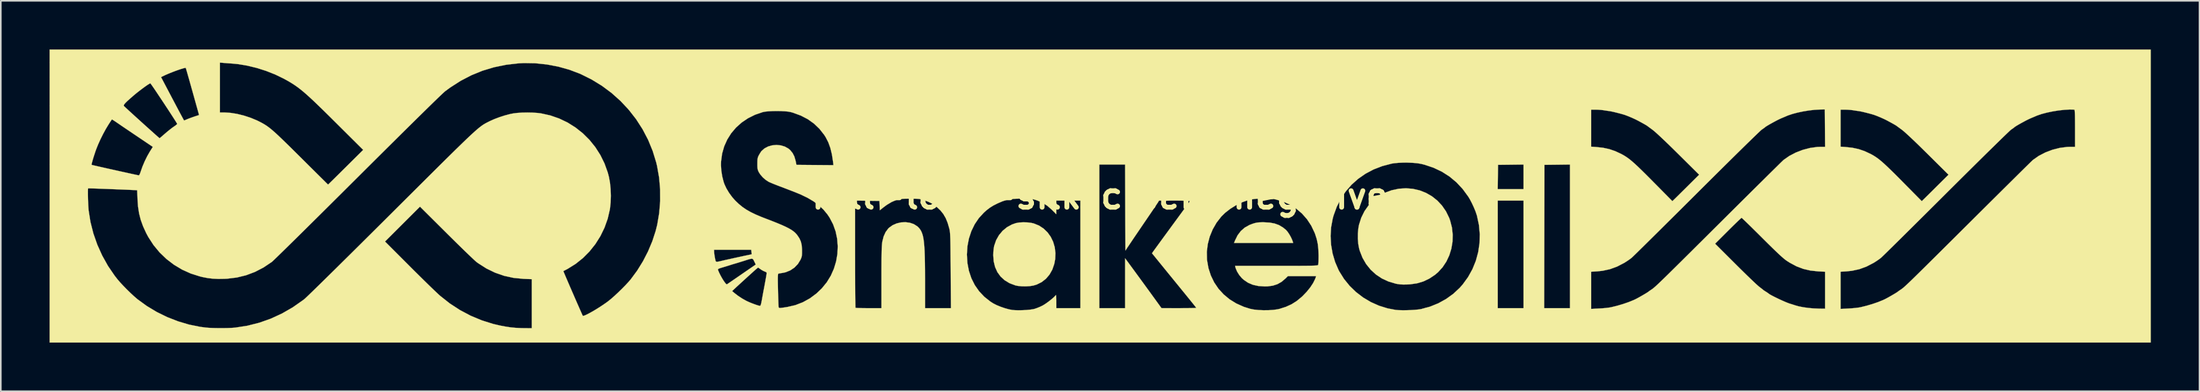
<source format=kicad_pcb>
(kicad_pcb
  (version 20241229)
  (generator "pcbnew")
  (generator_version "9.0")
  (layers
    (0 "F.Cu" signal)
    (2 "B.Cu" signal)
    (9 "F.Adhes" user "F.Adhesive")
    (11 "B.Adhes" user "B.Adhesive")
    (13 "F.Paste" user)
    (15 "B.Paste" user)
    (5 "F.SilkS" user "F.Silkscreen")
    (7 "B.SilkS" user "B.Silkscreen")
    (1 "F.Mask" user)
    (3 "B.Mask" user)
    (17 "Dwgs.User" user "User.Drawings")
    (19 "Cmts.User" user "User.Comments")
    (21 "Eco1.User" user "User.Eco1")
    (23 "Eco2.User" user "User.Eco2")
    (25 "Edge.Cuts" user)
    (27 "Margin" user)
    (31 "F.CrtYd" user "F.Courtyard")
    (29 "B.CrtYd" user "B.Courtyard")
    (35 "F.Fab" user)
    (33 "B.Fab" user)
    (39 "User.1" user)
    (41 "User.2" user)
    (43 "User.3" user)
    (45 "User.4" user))
  (footprint "full-logo-silkscreen-negative"
    (layer "F.Cu")
    (at 64.634 9.036)
    (property "Reference" "full-logo-silkscreen-negative" (at 0 0 0) (layer "F.SilkS") (effects (font (size 1.524 1.524) (thickness 0.3))))
    (attr through_hole)
    (fp_poly (pts (xy 10.445 1.637) (xy 10.753 1.694) (xy 11.024 1.793) (xy 11.269 1.94) (xy 11.455 2.092) (xy 11.552 2.204) (xy 11.657 2.36) (xy 11.756 2.536) (xy 11.835 2.71) (xy 11.871 2.813) (xy 11.893 2.893) (xy 8.256 2.893) (xy 8.315 2.743) (xy 8.472 2.423) (xy 8.67 2.16) (xy 8.912 1.948) (xy 9.203 1.785) (xy 9.4 1.709) (xy 9.54 1.666) (xy 9.665 1.639) (xy 9.798 1.624) (xy 9.963 1.618) (xy 10.088 1.618) (xy 10.445 1.637)) (stroke (width 0.01) (type solid)) (fill yes) (layer "F.SilkS"))
    (fp_poly (pts (xy -4.462 1.625) (xy -4.221 1.655) (xy -4.069 1.69) (xy -3.748 1.82) (xy -3.465 2.006) (xy -3.223 2.239) (xy -3.025 2.514) (xy -2.876 2.823) (xy -2.778 3.159) (xy -2.735 3.516) (xy -2.75 3.887) (xy -2.807 4.188) (xy -2.927 4.536) (xy -3.099 4.841) (xy -3.317 5.098) (xy -3.579 5.304) (xy -3.88 5.454) (xy -4.096 5.52) (xy -4.312 5.554) (xy -4.562 5.569) (xy -4.818 5.564) (xy -5.054 5.54) (xy -5.209 5.507) (xy -5.56 5.374) (xy -5.862 5.191) (xy -6.112 4.962) (xy -6.309 4.689) (xy -6.451 4.373) (xy -6.536 4.019) (xy -6.562 3.654) (xy -6.555 3.446) (xy -6.535 3.244) (xy -6.507 3.079) (xy -6.505 3.071) (xy -6.385 2.722) (xy -6.209 2.41) (xy -5.983 2.14) (xy -5.712 1.918) (xy -5.402 1.75) (xy -5.168 1.669) (xy -4.963 1.632) (xy -4.718 1.618) (xy -4.462 1.625)) (stroke (width 0.01) (type solid)) (fill yes) (layer "F.SilkS"))
    (fp_poly (pts (xy 19.264 -0.444) (xy 19.678 -0.348) (xy 20.069 -0.194) (xy 20.432 0.015) (xy 20.762 0.277) (xy 21.053 0.588) (xy 21.299 0.946) (xy 21.494 1.346) (xy 21.555 1.515) (xy 21.665 1.947) (xy 21.712 2.385) (xy 21.699 2.82) (xy 21.628 3.247) (xy 21.502 3.655) (xy 21.322 4.038) (xy 21.091 4.388) (xy 20.811 4.696) (xy 20.62 4.858) (xy 20.269 5.093) (xy 19.904 5.266) (xy 19.515 5.382) (xy 19.09 5.443) (xy 18.909 5.453) (xy 18.67 5.457) (xy 18.472 5.446) (xy 18.286 5.419) (xy 18.203 5.402) (xy 17.759 5.27) (xy 17.35 5.08) (xy 16.982 4.834) (xy 16.659 4.537) (xy 16.383 4.193) (xy 16.16 3.805) (xy 15.992 3.377) (xy 15.949 3.222) (xy 15.899 2.947) (xy 15.875 2.632) (xy 15.877 2.304) (xy 15.905 1.99) (xy 15.946 1.768) (xy 16.085 1.334) (xy 16.282 0.935) (xy 16.533 0.577) (xy 16.833 0.263) (xy 17.179 -0.002) (xy 17.566 -0.213) (xy 17.947 -0.354) (xy 18.393 -0.45) (xy 18.834 -0.479) (xy 19.264 -0.444)) (stroke (width 0.01) (type solid)) (fill yes) (layer "F.SilkS"))
    (fp_poly (pts (xy 64.664 9.031) (xy -64.629 9.031) (xy -64.629 -0.189) (xy -62.274 -0.189) (xy -62.272 -0.014) (xy -62.268 0.18) (xy -62.261 0.379) (xy -62.253 0.57) (xy -62.242 0.741) (xy -62.231 0.879) (xy -62.23 0.885) (xy -62.118 1.597) (xy -61.939 2.304) (xy -61.697 2.998) (xy -61.395 3.669) (xy -61.038 4.31) (xy -60.628 4.911) (xy -60.455 5.133) (xy -60.297 5.317) (xy -60.101 5.528) (xy -59.883 5.752) (xy -59.658 5.972) (xy -59.443 6.172) (xy -59.253 6.337) (xy -59.214 6.369) (xy -58.646 6.782) (xy -58.035 7.149) (xy -57.392 7.465) (xy -56.726 7.725) (xy -56.046 7.927) (xy -55.364 8.065) (xy -55.016 8.11) (xy -54.811 8.126) (xy -54.559 8.137) (xy -54.277 8.142) (xy -53.985 8.143) (xy -53.702 8.139) (xy -53.447 8.13) (xy -53.24 8.115) (xy -53.206 8.112) (xy -52.46 7.996) (xy -51.731 7.812) (xy -51.021 7.561) (xy -50.334 7.244) (xy -49.672 6.864) (xy -49.04 6.421) (xy -48.945 6.347) (xy -48.893 6.3) (xy -48.793 6.206) (xy -48.648 6.067) (xy -48.461 5.886) (xy -48.234 5.664) (xy -47.97 5.406) (xy -47.671 5.112) (xy -47.339 4.785) (xy -46.978 4.429) (xy -46.59 4.044) (xy -46.176 3.635) (xy -45.741 3.203) (xy -45.339 2.804) (xy -43.991 2.804) (xy -42.483 4.315) (xy -42.201 4.598) (xy -41.922 4.874) (xy -41.654 5.139) (xy -41.402 5.386) (xy -41.171 5.611) (xy -40.968 5.807) (xy -40.798 5.969) (xy -40.668 6.09) (xy -40.595 6.155) (xy -40.005 6.622) (xy -39.377 7.031) (xy -38.719 7.38) (xy -38.035 7.666) (xy -37.331 7.887) (xy -36.893 7.989) (xy -36.554 8.052) (xy -36.253 8.097) (xy -35.962 8.125) (xy -35.653 8.14) (xy -35.428 8.145) (xy -34.96 8.149) (xy -34.96 5.126) (xy -35.481 5.105) (xy -36.079 5.046) (xy -36.658 4.92) (xy -37.215 4.727) (xy -37.749 4.468) (xy -38.258 4.143) (xy -38.355 4.072) (xy -38.418 4.018) (xy -38.527 3.919) (xy -38.675 3.779) (xy -38.859 3.603) (xy -39.073 3.397) (xy -39.312 3.164) (xy -39.571 2.91) (xy -39.846 2.638) (xy -40.132 2.355) (xy -40.208 2.279) (xy -41.84 0.654) (xy -42.916 1.729) (xy -43.991 2.804) (xy -45.339 2.804) (xy -45.286 2.751) (xy -44.813 2.281) (xy -44.326 1.796) (xy -43.826 1.298) (xy -43.568 1.041) (xy -42.962 0.436) (xy -42.404 -0.12) (xy -41.892 -0.631) (xy -41.422 -1.099) (xy -40.994 -1.525) (xy -40.605 -1.912) (xy -40.252 -2.262) (xy -39.934 -2.576) (xy -39.648 -2.858) (xy -39.391 -3.108) (xy -39.163 -3.33) (xy -38.96 -3.525) (xy -38.78 -3.695) (xy -38.621 -3.843) (xy -38.482 -3.97) (xy -38.358 -4.079) (xy -38.249 -4.172) (xy -38.152 -4.25) (xy -38.065 -4.316) (xy -37.986 -4.373) (xy -37.912 -4.421) (xy -37.841 -4.463) (xy -37.771 -4.502) (xy -37.7 -4.539) (xy -37.625 -4.577) (xy -37.545 -4.617) (xy -37.54 -4.62) (xy -37.267 -4.742) (xy -36.953 -4.861) (xy -36.625 -4.967) (xy -36.309 -5.051) (xy -36.092 -5.095) (xy -35.844 -5.125) (xy -35.549 -5.143) (xy -35.232 -5.149) (xy -34.914 -5.143) (xy -34.619 -5.124) (xy -34.396 -5.097) (xy -33.823 -4.97) (xy -33.275 -4.78) (xy -32.755 -4.531) (xy -32.269 -4.225) (xy -31.82 -3.869) (xy -31.412 -3.464) (xy -31.051 -3.016) (xy -30.74 -2.529) (xy -30.483 -2.006) (xy -30.284 -1.451) (xy -30.211 -1.173) (xy -30.147 -0.822) (xy -30.108 -0.429) (xy -30.095 -0.019) (xy -30.106 0.384) (xy -30.145 0.756) (xy -30.156 0.829) (xy -30.288 1.4) (xy -30.484 1.95) (xy -30.738 2.473) (xy -31.047 2.964) (xy -31.408 3.417) (xy -31.814 3.826) (xy -32.263 4.185) (xy -32.751 4.489) (xy -32.834 4.533) (xy -33.018 4.628) (xy -32.972 4.739) (xy -32.904 4.9) (xy -32.82 5.097) (xy -32.723 5.323) (xy -32.617 5.57) (xy -32.505 5.828) (xy -32.39 6.092) (xy -32.278 6.351) (xy -32.17 6.599) (xy -32.07 6.826) (xy -31.982 7.026) (xy -31.91 7.189) (xy -31.857 7.307) (xy -31.826 7.374) (xy -31.82 7.384) (xy -31.774 7.386) (xy -31.679 7.353) (xy -31.542 7.289) (xy -31.375 7.201) (xy -31.183 7.093) (xy -30.978 6.97) (xy -30.767 6.837) (xy -30.559 6.699) (xy -30.362 6.562) (xy -30.256 6.483) (xy -30.078 6.339) (xy -29.869 6.155) (xy -29.643 5.944) (xy -29.556 5.86) (xy -22.631 5.86) (xy -22.507 5.965) (xy -22.271 6.148) (xy -22.002 6.325) (xy -21.766 6.457) (xy -21.635 6.519) (xy -21.478 6.586) (xy -21.312 6.65) (xy -21.154 6.707) (xy -21.022 6.749) (xy -20.933 6.77) (xy -20.919 6.772) (xy -20.89 6.754) (xy -20.863 6.695) (xy -20.835 6.584) (xy -20.802 6.412) (xy -20.769 6.225) (xy -20.734 6.032) (xy -20.703 5.863) (xy -20.691 5.803) (xy -20.654 5.608) (xy -20.615 5.397) (xy -20.577 5.188) (xy -20.544 5.003) (xy -20.52 4.861) (xy -20.514 4.827) (xy -20.506 4.74) (xy -20.53 4.695) (xy -20.601 4.663) (xy -20.616 4.658) (xy -20.72 4.612) (xy -20.839 4.543) (xy -20.883 4.512) (xy -21.029 4.407) (xy -21.124 4.482) (xy -21.171 4.522) (xy -21.262 4.603) (xy -21.386 4.715) (xy -21.536 4.851) (xy -21.703 5.002) (xy -21.878 5.162) (xy -22.052 5.321) (xy -22.216 5.472) (xy -22.362 5.606) (xy -22.48 5.717) (xy -22.543 5.776) (xy -22.631 5.86) (xy -29.556 5.86) (xy -29.415 5.722) (xy -29.198 5.501) (xy -29.008 5.296) (xy -28.868 5.133) (xy -28.474 4.598) (xy -28.431 4.529) (xy -23.504 4.529) (xy -23.496 4.567) (xy -23.49 4.583) (xy -23.427 4.731) (xy -23.348 4.89) (xy -23.261 5.048) (xy -23.172 5.194) (xy -23.088 5.316) (xy -23.018 5.404) (xy -22.967 5.444) (xy -22.953 5.444) (xy -22.915 5.419) (xy -22.826 5.359) (xy -22.694 5.269) (xy -22.527 5.154) (xy -22.332 5.02) (xy -22.117 4.872) (xy -22.045 4.822) (xy -21.176 4.224) (xy -21.268 4.034) (xy -21.307 3.954) (xy -21.341 3.899) (xy -21.383 3.87) (xy -21.444 3.865) (xy -21.536 3.883) (xy -21.671 3.923) (xy -21.862 3.984) (xy -21.867 3.986) (xy -22.048 4.042) (xy -22.243 4.103) (xy -22.416 4.155) (xy -22.437 4.161) (xy -22.576 4.202) (xy -22.7 4.24) (xy -22.783 4.267) (xy -22.789 4.269) (xy -22.862 4.292) (xy -22.981 4.329) (xy -23.127 4.373) (xy -23.201 4.395) (xy -23.35 4.44) (xy -23.443 4.473) (xy -23.491 4.5) (xy -23.504 4.529) (xy -28.431 4.529) (xy -28.117 4.019) (xy -27.803 3.409) (xy -27.765 3.316) (xy -23.742 3.316) (xy -23.742 3.415) (xy -23.735 3.507) (xy -23.718 3.64) (xy -23.694 3.786) (xy -23.668 3.918) (xy -23.649 3.995) (xy -23.63 4.034) (xy -23.593 4.052) (xy -23.523 4.05) (xy -23.407 4.028) (xy -23.308 4.005) (xy -23.216 3.983) (xy -23.103 3.957) (xy -22.961 3.925) (xy -22.783 3.886) (xy -22.559 3.836) (xy -22.282 3.775) (xy -22.013 3.717) (xy -21.86 3.683) (xy -21.703 3.651) (xy -21.61 3.632) (xy -21.51 3.611) (xy -21.444 3.595) (xy -21.43 3.589) (xy -21.43 3.552) (xy -21.437 3.472) (xy -21.44 3.448) (xy -21.457 3.316) (xy -23.742 3.316) (xy -27.765 3.316) (xy -27.541 2.782) (xy -27.336 2.151) (xy -27.239 1.762) (xy -27.119 1.048) (xy -27.059 0.318) (xy -27.061 -0.416) (xy -27.125 -1.142) (xy -27.249 -1.848) (xy -27.267 -1.923) (xy -23.318 -1.923) (xy -23.297 -1.576) (xy -23.241 -1.216) (xy -23.154 -0.874) (xy -23.109 -0.742) (xy -22.988 -0.479) (xy -22.822 -0.201) (xy -22.626 0.068) (xy -22.437 0.282) (xy -22.221 0.488) (xy -22 0.67) (xy -21.761 0.834) (xy -21.492 0.988) (xy -21.184 1.137) (xy -20.823 1.29) (xy -20.602 1.376) (xy -20.203 1.529) (xy -19.865 1.664) (xy -19.581 1.783) (xy -19.345 1.89) (xy -19.151 1.988) (xy -18.992 2.08) (xy -18.863 2.169) (xy -18.757 2.26) (xy -18.668 2.355) (xy -18.618 2.417) (xy -18.49 2.609) (xy -18.404 2.799) (xy -18.353 3.007) (xy -18.332 3.255) (xy -18.33 3.351) (xy -18.33 3.526) (xy -18.337 3.652) (xy -18.354 3.75) (xy -18.385 3.841) (xy -18.422 3.925) (xy -18.583 4.189) (xy -18.796 4.411) (xy -19.051 4.583) (xy -19.336 4.699) (xy -19.506 4.736) (xy -19.632 4.756) (xy -19.733 4.774) (xy -19.784 4.784) (xy -19.798 4.8) (xy -19.808 4.845) (xy -19.814 4.925) (xy -19.818 5.047) (xy -19.818 5.218) (xy -19.815 5.444) (xy -19.809 5.734) (xy -19.808 5.776) (xy -19.802 6.036) (xy -19.795 6.276) (xy -19.788 6.485) (xy -19.782 6.655) (xy -19.776 6.774) (xy -19.771 6.834) (xy -19.77 6.835) (xy -19.762 6.869) (xy -19.745 6.89) (xy -19.709 6.9) (xy -19.643 6.899) (xy -19.537 6.887) (xy -19.379 6.863) (xy -19.226 6.839) (xy -18.741 6.727) (xy -18.278 6.548) (xy -17.841 6.306) (xy -17.434 6.002) (xy -17.11 5.691) (xy -16.807 5.318) (xy -16.559 4.912) (xy -16.367 4.48) (xy -16.231 4.028) (xy -16.152 3.566) (xy -16.131 3.099) (xy -16.167 2.635) (xy -16.262 2.181) (xy -16.417 1.746) (xy -16.631 1.335) (xy -16.769 1.129) (xy -17.011 0.836) (xy -17.292 0.572) (xy -17.617 0.33) (xy -17.7 0.281) (xy -15.064 0.281) (xy -15.064 3.574) (xy -15.063 4.05) (xy -15.063 4.506) (xy -15.061 4.937) (xy -15.06 5.338) (xy -15.058 5.703) (xy -15.056 6.029) (xy -15.053 6.311) (xy -15.05 6.542) (xy -15.047 6.719) (xy -15.044 6.836) (xy -15.041 6.889) (xy -15.04 6.891) (xy -14.999 6.898) (xy -14.899 6.904) (xy -14.748 6.909) (xy -14.558 6.912) (xy -14.339 6.914) (xy -14.229 6.914) (xy -13.441 6.914) (xy -13.441 5.014) (xy -13.441 4.577) (xy -13.439 4.204) (xy -13.437 3.889) (xy -13.434 3.626) (xy -13.43 3.409) (xy -13.424 3.231) (xy -13.417 3.087) (xy -13.408 2.97) (xy -13.397 2.874) (xy -13.387 2.803) (xy -13.307 2.489) (xy -13.185 2.221) (xy -13.026 2.006) (xy -12.972 1.953) (xy -12.752 1.796) (xy -12.502 1.687) (xy -12.233 1.625) (xy -11.96 1.612) (xy -11.695 1.647) (xy -11.45 1.731) (xy -11.239 1.865) (xy -11.187 1.912) (xy -11.109 1.995) (xy -11.041 2.087) (xy -10.983 2.193) (xy -10.933 2.317) (xy -10.89 2.464) (xy -10.855 2.64) (xy -10.827 2.85) (xy -10.805 3.098) (xy -10.787 3.39) (xy -10.775 3.731) (xy -10.767 4.125) (xy -10.762 4.578) (xy -10.76 5.095) (xy -10.76 5.283) (xy -10.76 6.914) (xy -9.166 6.914) (xy -9.182 4.595) (xy -9.185 4.131) (xy -9.189 3.732) (xy -9.19 3.616) (xy -8.184 3.616) (xy -8.153 4.129) (xy -8.06 4.615) (xy -7.908 5.07) (xy -7.698 5.49) (xy -7.432 5.871) (xy -7.113 6.21) (xy -6.742 6.504) (xy -6.562 6.619) (xy -6.361 6.722) (xy -6.116 6.823) (xy -5.853 6.914) (xy -5.597 6.985) (xy -5.397 7.024) (xy -5.219 7.039) (xy -5 7.044) (xy -4.759 7.04) (xy -4.517 7.026) (xy -4.293 7.005) (xy -4.107 6.976) (xy -4.015 6.955) (xy -3.86 6.901) (xy -3.683 6.828) (xy -3.531 6.755) (xy -3.403 6.679) (xy -3.255 6.578) (xy -3.1 6.463) (xy -2.955 6.345) (xy -2.831 6.237) (xy -2.746 6.148) (xy -2.72 6.113) (xy -2.704 6.106) (xy -2.692 6.152) (xy -2.686 6.257) (xy -2.682 6.425) (xy -2.682 6.482) (xy -2.681 6.914) (xy -1.199 6.914) (xy -1.199 0.282) (xy -2.681 0.282) (xy -2.681 1.12) (xy -2.955 0.848) (xy -3.234 0.603) (xy -3.525 0.416) (xy -3.848 0.275) (xy -3.951 0.241) (xy -4.057 0.21) (xy -4.156 0.188) (xy -4.263 0.174) (xy -4.393 0.165) (xy -4.56 0.161) (xy -4.781 0.16) (xy -4.833 0.16) (xy -5.134 0.165) (xy -5.382 0.18) (xy -5.598 0.21) (xy -5.798 0.258) (xy -6.002 0.328) (xy -6.228 0.424) (xy -6.303 0.458) (xy -6.555 0.585) (xy -6.768 0.718) (xy -6.972 0.874) (xy -7.141 1.026) (xy -7.448 1.36) (xy -7.705 1.741) (xy -7.909 2.161) (xy -8.059 2.616) (xy -8.152 3.097) (xy -8.184 3.6) (xy -8.184 3.616) (xy -9.19 3.616) (xy -9.192 3.392) (xy -9.195 3.105) (xy -9.199 2.867) (xy -9.203 2.67) (xy -9.209 2.511) (xy -9.215 2.382) (xy -9.222 2.278) (xy -9.231 2.194) (xy -9.241 2.124) (xy -9.253 2.062) (xy -9.267 2.002) (xy -9.27 1.993) (xy -9.37 1.65) (xy -9.487 1.362) (xy -9.629 1.116) (xy -9.803 0.897) (xy -10.018 0.692) (xy -10.044 0.67) (xy -10.21 0.542) (xy -10.376 0.44) (xy -10.565 0.351) (xy -10.798 0.264) (xy -10.813 0.259) (xy -10.922 0.223) (xy -11.017 0.198) (xy -11.114 0.18) (xy -11.227 0.17) (xy -11.372 0.165) (xy -11.565 0.163) (xy -11.695 0.163) (xy -11.927 0.164) (xy -12.102 0.169) (xy -12.236 0.177) (xy -12.341 0.192) (xy -12.432 0.213) (xy -12.506 0.236) (xy -12.814 0.367) (xy -13.113 0.546) (xy -13.315 0.696) (xy -13.544 0.878) (xy -13.554 0.589) (xy -13.564 0.3) (xy -15.064 0.281) (xy -17.7 0.281) (xy -17.994 0.107) (xy -18.429 -0.102) (xy -18.79 -0.25) (xy -18.961 -0.316) (xy -19.125 -0.379) (xy -19.26 -0.431) (xy -19.332 -0.459) (xy -19.432 -0.497) (xy -19.576 -0.552) (xy -19.743 -0.615) (xy -19.862 -0.661) (xy -20.031 -0.727) (xy -20.192 -0.793) (xy -20.324 -0.85) (xy -20.388 -0.88) (xy -20.566 -0.996) (xy -20.744 -1.152) (xy -20.896 -1.327) (xy -20.985 -1.463) (xy -21.029 -1.555) (xy -21.057 -1.64) (xy -21.072 -1.739) (xy -21.078 -1.875) (xy -21.078 -1.993) (xy -21.076 -2.162) (xy -21.068 -2.282) (xy -21.05 -2.372) (xy -21.017 -2.455) (xy -20.983 -2.522) (xy -20.917 -2.635) (xy -20.854 -2.733) (xy -20.824 -2.773) (xy -20.639 -2.937) (xy -20.415 -3.055) (xy -20.164 -3.126) (xy -19.901 -3.149) (xy -19.638 -3.124) (xy -19.39 -3.05) (xy -19.169 -2.927) (xy -19.059 -2.833) (xy -18.912 -2.654) (xy -18.804 -2.444) (xy -18.728 -2.186) (xy -18.718 -2.141) (xy -18.673 -1.923) (xy -17.535 -1.913) (xy -16.396 -1.904) (xy -16.4 -1.94) (xy -0.035 -1.94) (xy -0.035 6.914) (xy 1.552 6.914) (xy 1.552 3.838) (xy 1.718 4.062) (xy 1.824 4.207) (xy 1.965 4.399) (xy 2.132 4.627) (xy 2.318 4.882) (xy 2.516 5.153) (xy 2.718 5.43) (xy 2.916 5.703) (xy 3.104 5.961) (xy 3.273 6.195) (xy 3.366 6.323) (xy 3.792 6.913) (xy 4.86 6.914) (xy 5.126 6.913) (xy 5.368 6.912) (xy 5.577 6.909) (xy 5.745 6.906) (xy 5.862 6.902) (xy 5.921 6.897) (xy 5.927 6.895) (xy 5.922 6.885) (xy 5.908 6.863) (xy 5.879 6.824) (xy 5.832 6.765) (xy 5.765 6.68) (xy 5.674 6.567) (xy 5.556 6.42) (xy 5.407 6.236) (xy 5.224 6.01) (xy 5.003 5.739) (xy 4.742 5.418) (xy 4.693 5.358) (xy 4.514 5.138) (xy 4.307 4.884) (xy 4.091 4.618) (xy 3.882 4.361) (xy 3.711 4.15) (xy 3.206 3.528) (xy 3.273 3.432) (xy 6.581 3.432) (xy 6.59 3.904) (xy 6.594 3.951) (xy 6.68 4.442) (xy 6.829 4.902) (xy 7.036 5.328) (xy 7.299 5.717) (xy 7.616 6.064) (xy 7.982 6.368) (xy 8.396 6.624) (xy 8.855 6.829) (xy 9.243 6.952) (xy 9.48 6.999) (xy 9.763 7.029) (xy 10.071 7.042) (xy 10.384 7.039) (xy 10.681 7.019) (xy 10.941 6.982) (xy 11.06 6.955) (xy 11.452 6.829) (xy 11.795 6.672) (xy 12.109 6.474) (xy 12.411 6.225) (xy 12.482 6.159) (xy 12.732 5.897) (xy 12.949 5.628) (xy 13.122 5.364) (xy 13.245 5.115) (xy 13.28 5.018) (xy 13.304 4.939) (xy 11.568 4.939) (xy 11.42 5.086) (xy 11.181 5.289) (xy 10.925 5.434) (xy 10.642 5.526) (xy 10.319 5.569) (xy 10.147 5.573) (xy 9.76 5.548) (xy 9.419 5.474) (xy 9.119 5.347) (xy 8.854 5.167) (xy 8.729 5.053) (xy 8.575 4.869) (xy 8.446 4.662) (xy 8.358 4.457) (xy 8.342 4.401) (xy 8.318 4.304) (xy 10.863 4.304) (xy 11.349 4.304) (xy 11.769 4.303) (xy 12.128 4.303) (xy 12.431 4.302) (xy 12.682 4.3) (xy 12.888 4.298) (xy 13.051 4.294) (xy 13.178 4.29) (xy 13.273 4.285) (xy 13.34 4.279) (xy 13.385 4.271) (xy 13.413 4.262) (xy 13.427 4.252) (xy 13.433 4.242) (xy 13.442 4.186) (xy 13.449 4.074) (xy 13.454 3.92) (xy 13.457 3.737) (xy 13.457 3.651) (xy 13.444 3.28) (xy 13.408 2.953) (xy 13.343 2.65) (xy 13.284 2.466) (xy 14.197 2.466) (xy 14.228 3.01) (xy 14.321 3.547) (xy 14.475 4.067) (xy 14.687 4.559) (xy 14.733 4.646) (xy 15.024 5.113) (xy 15.371 5.54) (xy 15.766 5.923) (xy 16.203 6.257) (xy 16.678 6.539) (xy 17.183 6.764) (xy 17.714 6.928) (xy 18.203 7.021) (xy 18.383 7.036) (xy 18.61 7.042) (xy 18.866 7.041) (xy 19.13 7.032) (xy 19.383 7.016) (xy 19.605 6.994) (xy 19.773 6.968) (xy 20.314 6.82) (xy 20.827 6.612) (xy 21.306 6.347) (xy 21.746 6.03) (xy 22.139 5.663) (xy 22.323 5.455) (xy 22.655 4.998) (xy 22.926 4.509) (xy 23.135 3.994) (xy 23.28 3.459) (xy 23.361 2.909) (xy 23.377 2.35) (xy 23.326 1.787) (xy 23.207 1.226) (xy 23.19 1.169) (xy 23.116 0.949) (xy 23.012 0.697) (xy 22.891 0.437) (xy 22.81 0.282) (xy 24.483 0.282) (xy 24.483 6.914) (xy 26.07 6.914) (xy 27.34 6.914) (xy 28.928 6.914) (xy 28.928 4.667) (xy 30.233 4.667) (xy 30.233 6.96) (xy 30.718 6.935) (xy 30.923 6.922) (xy 31.128 6.903) (xy 31.309 6.881) (xy 31.444 6.859) (xy 31.45 6.858) (xy 31.819 6.768) (xy 32.19 6.659) (xy 32.541 6.538) (xy 32.852 6.411) (xy 32.949 6.366) (xy 33.048 6.315) (xy 33.177 6.245) (xy 33.32 6.164) (xy 33.464 6.08) (xy 33.594 6.003) (xy 33.695 5.94) (xy 33.754 5.9) (xy 33.761 5.893) (xy 33.799 5.864) (xy 33.875 5.811) (xy 33.924 5.779) (xy 33.96 5.755) (xy 33.998 5.728) (xy 34.039 5.697) (xy 34.087 5.658) (xy 34.143 5.61) (xy 34.211 5.55) (xy 34.292 5.475) (xy 34.389 5.384) (xy 34.505 5.273) (xy 34.642 5.141) (xy 34.802 4.985) (xy 34.988 4.803) (xy 35.201 4.592) (xy 35.446 4.35) (xy 35.724 4.075) (xy 36.037 3.764) (xy 36.388 3.416) (xy 36.779 3.026) (xy 36.867 2.939) (xy 37.859 2.939) (xy 39.1 4.178) (xy 39.352 4.429) (xy 39.597 4.67) (xy 39.828 4.896) (xy 40.039 5.1) (xy 40.224 5.277) (xy 40.378 5.422) (xy 40.495 5.527) (xy 40.567 5.589) (xy 40.569 5.591) (xy 40.678 5.674) (xy 40.764 5.741) (xy 40.812 5.781) (xy 40.816 5.786) (xy 40.855 5.815) (xy 40.932 5.866) (xy 40.975 5.892) (xy 41.07 5.953) (xy 41.143 6.005) (xy 41.16 6.02) (xy 41.221 6.062) (xy 41.333 6.125) (xy 41.483 6.203) (xy 41.659 6.29) (xy 41.846 6.379) (xy 42.033 6.464) (xy 42.205 6.539) (xy 42.35 6.597) (xy 42.439 6.629) (xy 42.579 6.672) (xy 42.702 6.711) (xy 42.785 6.738) (xy 42.792 6.741) (xy 43.006 6.801) (xy 43.274 6.854) (xy 43.578 6.897) (xy 43.902 6.928) (xy 44.229 6.944) (xy 44.282 6.945) (xy 44.626 6.95) (xy 44.626 4.668) (xy 44.617 4.667) (xy 45.579 4.667) (xy 45.579 6.96) (xy 46.064 6.935) (xy 46.269 6.922) (xy 46.473 6.903) (xy 46.655 6.881) (xy 46.79 6.859) (xy 46.796 6.858) (xy 47.164 6.768) (xy 47.535 6.659) (xy 47.887 6.538) (xy 48.198 6.411) (xy 48.295 6.366) (xy 48.394 6.315) (xy 48.523 6.245) (xy 48.666 6.164) (xy 48.81 6.08) (xy 48.94 6.003) (xy 49.041 5.94) (xy 49.1 5.9) (xy 49.107 5.893) (xy 49.144 5.864) (xy 49.221 5.811) (xy 49.27 5.779) (xy 49.306 5.755) (xy 49.344 5.728) (xy 49.385 5.697) (xy 49.433 5.658) (xy 49.489 5.61) (xy 49.557 5.55) (xy 49.638 5.475) (xy 49.735 5.384) (xy 49.851 5.273) (xy 49.988 5.141) (xy 50.148 4.985) (xy 50.333 4.803) (xy 50.547 4.592) (xy 50.792 4.35) (xy 51.069 4.075) (xy 51.383 3.764) (xy 51.733 3.416) (xy 52.125 3.026) (xy 52.559 2.595) (xy 53.038 2.117) (xy 53.552 1.606) (xy 53.983 1.176) (xy 54.401 0.76) (xy 54.804 0.359) (xy 55.189 -0.023) (xy 55.553 -0.385) (xy 55.893 -0.722) (xy 56.206 -1.032) (xy 56.489 -1.313) (xy 56.74 -1.562) (xy 56.956 -1.775) (xy 57.134 -1.95) (xy 57.271 -2.085) (xy 57.364 -2.175) (xy 57.411 -2.22) (xy 57.415 -2.223) (xy 57.774 -2.475) (xy 58.18 -2.686) (xy 58.617 -2.853) (xy 59.069 -2.968) (xy 59.521 -3.027) (xy 59.726 -3.034) (xy 60.008 -3.034) (xy 60.008 -4.18) (xy 60.007 -4.51) (xy 60.005 -4.774) (xy 60.002 -4.98) (xy 59.996 -5.132) (xy 59.989 -5.237) (xy 59.98 -5.3) (xy 59.968 -5.328) (xy 59.963 -5.33) (xy 59.679 -5.335) (xy 59.35 -5.315) (xy 58.997 -5.276) (xy 58.636 -5.218) (xy 58.287 -5.146) (xy 57.966 -5.062) (xy 57.692 -4.969) (xy 57.626 -4.942) (xy 57.562 -4.914) (xy 57.453 -4.868) (xy 57.319 -4.812) (xy 57.278 -4.795) (xy 57.165 -4.743) (xy 57.021 -4.672) (xy 56.861 -4.587) (xy 56.696 -4.497) (xy 56.541 -4.41) (xy 56.409 -4.332) (xy 56.314 -4.271) (xy 56.268 -4.234) (xy 56.268 -4.234) (xy 56.231 -4.204) (xy 56.154 -4.148) (xy 56.074 -4.094) (xy 56.029 -4.056) (xy 55.937 -3.97) (xy 55.802 -3.841) (xy 55.624 -3.67) (xy 55.409 -3.46) (xy 55.158 -3.215) (xy 54.874 -2.936) (xy 54.56 -2.628) (xy 54.22 -2.292) (xy 53.855 -1.931) (xy 53.469 -1.548) (xy 53.065 -1.147) (xy 52.645 -0.729) (xy 52.212 -0.298) (xy 52.07 -0.156) (xy 51.634 0.279) (xy 51.209 0.702) (xy 50.8 1.11) (xy 50.407 1.5) (xy 50.035 1.87) (xy 49.686 2.216) (xy 49.364 2.536) (xy 49.07 2.827) (xy 48.808 3.086) (xy 48.58 3.31) (xy 48.391 3.497) (xy 48.241 3.643) (xy 48.135 3.745) (xy 48.075 3.802) (xy 48.066 3.81) (xy 47.951 3.898) (xy 47.801 4.001) (xy 47.646 4.101) (xy 47.607 4.124) (xy 47.173 4.35) (xy 46.735 4.51) (xy 46.279 4.609) (xy 45.957 4.643) (xy 45.579 4.667) (xy 44.617 4.667) (xy 44.194 4.644) (xy 43.723 4.594) (xy 43.286 4.492) (xy 42.869 4.334) (xy 42.458 4.114) (xy 42.268 3.993) (xy 42.178 3.928) (xy 42.07 3.84) (xy 41.939 3.726) (xy 41.782 3.582) (xy 41.593 3.403) (xy 41.37 3.187) (xy 41.106 2.927) (xy 40.799 2.622) (xy 40.744 2.567) (xy 40.501 2.324) (xy 40.272 2.098) (xy 40.064 1.892) (xy 39.88 1.712) (xy 39.726 1.562) (xy 39.606 1.447) (xy 39.525 1.372) (xy 39.489 1.341) (xy 39.488 1.341) (xy 39.457 1.365) (xy 39.382 1.433) (xy 39.27 1.539) (xy 39.127 1.678) (xy 38.958 1.843) (xy 38.771 2.028) (xy 38.659 2.14) (xy 37.859 2.939) (xy 36.867 2.939) (xy 37.213 2.595) (xy 37.692 2.117) (xy 38.206 1.606) (xy 38.637 1.176) (xy 39.055 0.76) (xy 39.458 0.359) (xy 39.843 -0.023) (xy 40.207 -0.385) (xy 40.547 -0.722) (xy 40.86 -1.032) (xy 41.143 -1.313) (xy 41.395 -1.562) (xy 41.611 -1.775) (xy 41.788 -1.95) (xy 41.925 -2.085) (xy 42.019 -2.175) (xy 42.065 -2.22) (xy 42.069 -2.223) (xy 42.423 -2.471) (xy 42.824 -2.681) (xy 43.255 -2.847) (xy 43.7 -2.964) (xy 44.143 -3.026) (xy 44.363 -3.034) (xy 44.627 -3.034) (xy 44.627 -3.043) (xy 45.579 -3.043) (xy 45.888 -3.022) (xy 46.308 -2.976) (xy 46.689 -2.894) (xy 47.054 -2.77) (xy 47.426 -2.596) (xy 47.443 -2.587) (xy 47.573 -2.516) (xy 47.698 -2.439) (xy 47.825 -2.353) (xy 47.959 -2.252) (xy 48.105 -2.131) (xy 48.269 -1.986) (xy 48.456 -1.812) (xy 48.671 -1.604) (xy 48.921 -1.358) (xy 49.21 -1.068) (xy 49.424 -0.851) (xy 49.657 -0.615) (xy 49.875 -0.395) (xy 50.072 -0.195) (xy 50.243 -0.022) (xy 50.384 0.121) (xy 50.49 0.228) (xy 50.555 0.294) (xy 50.576 0.314) (xy 50.601 0.291) (xy 50.67 0.224) (xy 50.778 0.119) (xy 50.917 -0.019) (xy 51.084 -0.184) (xy 51.271 -0.369) (xy 51.401 -0.499) (xy 52.223 -1.315) (xy 50.938 -2.59) (xy 50.622 -2.902) (xy 50.331 -3.187) (xy 50.067 -3.44) (xy 49.836 -3.659) (xy 49.64 -3.84) (xy 49.485 -3.978) (xy 49.373 -4.07) (xy 49.354 -4.085) (xy 49.226 -4.179) (xy 49.118 -4.258) (xy 49.044 -4.313) (xy 49.018 -4.332) (xy 48.966 -4.366) (xy 48.868 -4.423) (xy 48.74 -4.495) (xy 48.598 -4.572) (xy 48.461 -4.646) (xy 48.343 -4.707) (xy 48.278 -4.739) (xy 48.056 -4.839) (xy 47.848 -4.926) (xy 47.672 -4.993) (xy 47.607 -5.014) (xy 47.456 -5.059) (xy 47.279 -5.106) (xy 47.094 -5.153) (xy 46.921 -5.194) (xy 46.779 -5.224) (xy 46.69 -5.239) (xy 46.574 -5.254) (xy 46.429 -5.276) (xy 46.337 -5.291) (xy 46.19 -5.309) (xy 46.012 -5.322) (xy 45.852 -5.327) (xy 45.579 -5.327) (xy 45.579 -3.043) (xy 44.627 -3.043) (xy 44.618 -4.187) (xy 44.609 -5.34) (xy 44.298 -5.333) (xy 43.977 -5.315) (xy 43.631 -5.275) (xy 43.278 -5.217) (xy 42.935 -5.145) (xy 42.621 -5.062) (xy 42.353 -4.972) (xy 42.28 -4.942) (xy 42.216 -4.914) (xy 42.107 -4.868) (xy 41.973 -4.812) (xy 41.932 -4.795) (xy 41.819 -4.743) (xy 41.675 -4.672) (xy 41.515 -4.587) (xy 41.35 -4.497) (xy 41.195 -4.41) (xy 41.064 -4.332) (xy 40.968 -4.271) (xy 40.922 -4.234) (xy 40.922 -4.234) (xy 40.885 -4.204) (xy 40.808 -4.148) (xy 40.728 -4.094) (xy 40.683 -4.056) (xy 40.592 -3.97) (xy 40.456 -3.841) (xy 40.279 -3.67) (xy 40.063 -3.46) (xy 39.812 -3.215) (xy 39.528 -2.936) (xy 39.214 -2.628) (xy 38.874 -2.292) (xy 38.509 -1.931) (xy 38.123 -1.548) (xy 37.719 -1.147) (xy 37.299 -0.729) (xy 36.866 -0.298) (xy 36.724 -0.156) (xy 36.288 0.279) (xy 35.864 0.702) (xy 35.454 1.11) (xy 35.061 1.5) (xy 34.689 1.87) (xy 34.341 2.216) (xy 34.018 2.536) (xy 33.724 2.827) (xy 33.462 3.086) (xy 33.235 3.31) (xy 33.045 3.497) (xy 32.895 3.643) (xy 32.789 3.745) (xy 32.729 3.802) (xy 32.72 3.81) (xy 32.605 3.898) (xy 32.456 4.001) (xy 32.3 4.101) (xy 32.262 4.124) (xy 31.827 4.35) (xy 31.389 4.51) (xy 30.933 4.609) (xy 30.612 4.643) (xy 30.233 4.667) (xy 28.928 4.667) (xy 28.928 -1.942) (xy 28.143 -1.932) (xy 27.358 -1.923) (xy 27.349 2.496) (xy 27.34 6.914) (xy 26.07 6.914) (xy 26.07 0.282) (xy 24.483 0.282) (xy 22.81 0.282) (xy 22.765 0.196) (xy 22.668 0.035) (xy 22.333 -0.423) (xy 24.481 -0.423) (xy 26.07 -0.423) (xy 26.07 -1.942) (xy 25.285 -1.932) (xy 24.5 -1.923) (xy 24.491 -1.173) (xy 24.481 -0.423) (xy 22.333 -0.423) (xy 22.325 -0.434) (xy 21.94 -0.847) (xy 21.512 -1.204) (xy 21.043 -1.503) (xy 20.532 -1.745) (xy 19.981 -1.93) (xy 19.777 -1.981) (xy 19.552 -2.02) (xy 19.278 -2.046) (xy 18.975 -2.059) (xy 18.664 -2.06) (xy 18.366 -2.047) (xy 18.101 -2.022) (xy 17.956 -1.998) (xy 17.381 -1.847) (xy 16.844 -1.64) (xy 16.348 -1.377) (xy 15.896 -1.063) (xy 15.489 -0.7) (xy 15.132 -0.289) (xy 14.827 0.166) (xy 14.576 0.663) (xy 14.381 1.2) (xy 14.326 1.402) (xy 14.229 1.927) (xy 14.197 2.466) (xy 13.284 2.466) (xy 13.246 2.348) (xy 13.214 2.264) (xy 13.006 1.826) (xy 12.745 1.429) (xy 12.435 1.078) (xy 12.082 0.776) (xy 11.69 0.528) (xy 11.265 0.337) (xy 10.812 0.208) (xy 10.617 0.174) (xy 10.38 0.152) (xy 10.106 0.145) (xy 9.819 0.154) (xy 9.54 0.177) (xy 9.291 0.213) (xy 9.137 0.248) (xy 8.759 0.382) (xy 8.382 0.565) (xy 8.025 0.787) (xy 7.704 1.037) (xy 7.473 1.264) (xy 7.18 1.641) (xy 6.942 2.056) (xy 6.76 2.499) (xy 6.639 2.961) (xy 6.581 3.432) (xy 3.273 3.432) (xy 3.286 3.413) (xy 3.333 3.347) (xy 3.421 3.226) (xy 3.547 3.053) (xy 3.71 2.829) (xy 3.909 2.555) (xy 4.143 2.236) (xy 4.409 1.871) (xy 4.707 1.464) (xy 5.011 1.049) (xy 5.153 0.854) (xy 5.28 0.678) (xy 5.388 0.527) (xy 5.47 0.411) (xy 5.52 0.338) (xy 5.533 0.317) (xy 5.502 0.306) (xy 5.404 0.297) (xy 5.242 0.29) (xy 5.018 0.285) (xy 4.737 0.282) (xy 4.593 0.282) (xy 3.641 0.282) (xy 3.571 0.397) (xy 3.534 0.454) (xy 3.462 0.561) (xy 3.362 0.711) (xy 3.239 0.894) (xy 3.098 1.102) (xy 2.944 1.328) (xy 2.876 1.429) (xy 2.701 1.685) (xy 2.521 1.951) (xy 2.344 2.212) (xy 2.178 2.456) (xy 2.034 2.669) (xy 1.92 2.839) (xy 1.91 2.854) (xy 1.57 3.361) (xy 1.561 0.71) (xy 1.552 -1.94) (xy -0.035 -1.94) (xy -16.4 -1.94) (xy -16.42 -2.107) (xy -16.489 -2.56) (xy -16.585 -2.957) (xy -16.616 -3.043) (xy 30.233 -3.043) (xy 30.542 -3.022) (xy 30.963 -2.976) (xy 31.343 -2.894) (xy 31.708 -2.77) (xy 32.081 -2.596) (xy 32.097 -2.587) (xy 32.227 -2.516) (xy 32.352 -2.439) (xy 32.479 -2.353) (xy 32.613 -2.252) (xy 32.759 -2.131) (xy 32.923 -1.986) (xy 33.11 -1.812) (xy 33.325 -1.604) (xy 33.575 -1.358) (xy 33.864 -1.068) (xy 34.078 -0.851) (xy 34.312 -0.615) (xy 34.529 -0.395) (xy 34.726 -0.195) (xy 34.897 -0.022) (xy 35.038 0.121) (xy 35.144 0.228) (xy 35.209 0.294) (xy 35.23 0.314) (xy 35.255 0.291) (xy 35.324 0.224) (xy 35.432 0.119) (xy 35.572 -0.019) (xy 35.738 -0.184) (xy 35.925 -0.369) (xy 36.056 -0.499) (xy 36.877 -1.315) (xy 35.592 -2.59) (xy 35.276 -2.902) (xy 34.985 -3.187) (xy 34.721 -3.44) (xy 34.49 -3.659) (xy 34.294 -3.84) (xy 34.139 -3.978) (xy 34.028 -4.07) (xy 34.008 -4.085) (xy 33.88 -4.179) (xy 33.772 -4.258) (xy 33.698 -4.313) (xy 33.673 -4.332) (xy 33.62 -4.366) (xy 33.522 -4.423) (xy 33.394 -4.495) (xy 33.253 -4.572) (xy 33.115 -4.646) (xy 32.997 -4.707) (xy 32.932 -4.739) (xy 32.711 -4.839) (xy 32.502 -4.926) (xy 32.326 -4.993) (xy 32.262 -5.014) (xy 32.11 -5.059) (xy 31.933 -5.106) (xy 31.748 -5.153) (xy 31.575 -5.194) (xy 31.433 -5.224) (xy 31.344 -5.239) (xy 31.228 -5.254) (xy 31.083 -5.276) (xy 30.992 -5.291) (xy 30.844 -5.309) (xy 30.666 -5.322) (xy 30.506 -5.327) (xy 30.233 -5.327) (xy 30.233 -3.043) (xy -16.616 -3.043) (xy -16.711 -3.308) (xy -16.872 -3.623) (xy -16.963 -3.767) (xy -17.256 -4.141) (xy -17.591 -4.463) (xy -17.97 -4.735) (xy -18.399 -4.958) (xy -18.878 -5.135) (xy -19.015 -5.174) (xy -19.17 -5.204) (xy -19.378 -5.225) (xy -19.62 -5.237) (xy -19.88 -5.242) (xy -20.14 -5.237) (xy -20.383 -5.225) (xy -20.591 -5.204) (xy -20.743 -5.175) (xy -21.218 -5.013) (xy -21.653 -4.796) (xy -22.045 -4.531) (xy -22.392 -4.22) (xy -22.689 -3.869) (xy -22.932 -3.481) (xy -23.12 -3.061) (xy -23.247 -2.614) (xy -23.31 -2.143) (xy -23.318 -1.923) (xy -27.267 -1.923) (xy -27.301 -2.068) (xy -27.52 -2.781) (xy -27.801 -3.467) (xy -28.143 -4.121) (xy -28.541 -4.74) (xy -28.994 -5.321) (xy -29.498 -5.86) (xy -30.049 -6.354) (xy -30.646 -6.798) (xy -31.284 -7.189) (xy -31.96 -7.525) (xy -31.997 -7.541) (xy -32.646 -7.787) (xy -33.328 -7.978) (xy -34.03 -8.111) (xy -34.737 -8.186) (xy -35.438 -8.198) (xy -35.764 -8.182) (xy -36.537 -8.093) (xy -37.279 -7.941) (xy -37.992 -7.726) (xy -38.678 -7.446) (xy -39.342 -7.1) (xy -39.984 -6.687) (xy -40.287 -6.464) (xy -40.349 -6.41) (xy -40.458 -6.309) (xy -40.615 -6.16) (xy -40.817 -5.965) (xy -41.063 -5.726) (xy -41.352 -5.443) (xy -41.682 -5.119) (xy -42.052 -4.755) (xy -42.46 -4.352) (xy -42.905 -3.912) (xy -43.385 -3.435) (xy -43.9 -2.924) (xy -44.447 -2.38) (xy -45.026 -1.804) (xy -45.634 -1.197) (xy -45.667 -1.164) (xy -46.17 -0.663) (xy -46.661 -0.173) (xy -47.139 0.302) (xy -47.599 0.76) (xy -48.041 1.199) (xy -48.462 1.616) (xy -48.858 2.009) (xy -49.228 2.375) (xy -49.569 2.712) (xy -49.879 3.017) (xy -50.155 3.288) (xy -50.395 3.523) (xy -50.596 3.719) (xy -50.756 3.874) (xy -50.872 3.985) (xy -50.942 4.05) (xy -50.959 4.064) (xy -51.467 4.405) (xy -51.991 4.677) (xy -52.536 4.883) (xy -53.102 5.022) (xy -53.693 5.095) (xy -53.869 5.104) (xy -54.249 5.11) (xy -54.585 5.095) (xy -54.903 5.057) (xy -55.228 4.994) (xy -55.386 4.955) (xy -55.946 4.777) (xy -56.479 4.536) (xy -56.98 4.235) (xy -57.443 3.881) (xy -57.864 3.475) (xy -58.237 3.023) (xy -58.557 2.529) (xy -58.684 2.293) (xy -58.879 1.869) (xy -59.024 1.468) (xy -59.126 1.067) (xy -59.19 0.645) (xy -59.221 0.203) (xy -59.228 0.013) (xy -59.235 -0.149) (xy -59.24 -0.272) (xy -59.244 -0.344) (xy -59.245 -0.357) (xy -59.281 -0.361) (xy -59.378 -0.366) (xy -59.528 -0.373) (xy -59.722 -0.382) (xy -59.951 -0.392) (xy -60.207 -0.402) (xy -60.479 -0.413) (xy -60.761 -0.424) (xy -61.042 -0.435) (xy -61.314 -0.445) (xy -61.568 -0.454) (xy -61.796 -0.462) (xy -61.988 -0.468) (xy -62.135 -0.472) (xy -62.229 -0.474) (xy -62.261 -0.473) (xy -62.269 -0.432) (xy -62.273 -0.333) (xy -62.274 -0.189) (xy -64.629 -0.189) (xy -64.629 -1.926) (xy -62.049 -1.926) (xy -62.048 -1.923) (xy -62.012 -1.913) (xy -61.916 -1.89) (xy -61.769 -1.856) (xy -61.579 -1.812) (xy -61.355 -1.762) (xy -61.106 -1.705) (xy -60.84 -1.646) (xy -60.566 -1.585) (xy -60.293 -1.524) (xy -60.029 -1.466) (xy -59.784 -1.412) (xy -59.566 -1.364) (xy -59.383 -1.324) (xy -59.245 -1.295) (xy -59.16 -1.278) (xy -59.138 -1.274) (xy -59.109 -1.303) (xy -59.069 -1.384) (xy -59.027 -1.501) (xy -59.02 -1.524) (xy -58.916 -1.821) (xy -58.78 -2.141) (xy -58.626 -2.455) (xy -58.468 -2.733) (xy -58.462 -2.742) (xy -58.28 -3.031) (xy -59.258 -3.691) (xy -59.507 -3.859) (xy -59.749 -4.023) (xy -59.977 -4.177) (xy -60.179 -4.314) (xy -60.346 -4.429) (xy -60.47 -4.513) (xy -60.512 -4.543) (xy -60.632 -4.624) (xy -60.728 -4.686) (xy -60.787 -4.719) (xy -60.799 -4.722) (xy -60.822 -4.689) (xy -60.875 -4.61) (xy -60.948 -4.498) (xy -61.008 -4.405) (xy -61.169 -4.139) (xy -61.337 -3.83) (xy -61.5 -3.503) (xy -61.645 -3.182) (xy -61.75 -2.921) (xy -61.811 -2.752) (xy -61.871 -2.57) (xy -61.929 -2.389) (xy -61.979 -2.222) (xy -62.018 -2.08) (xy -62.043 -1.977) (xy -62.049 -1.926) (xy -64.629 -1.926) (xy -64.629 -5.577) (xy -60.068 -5.577) (xy -60.06 -5.553) (xy -60.029 -5.522) (xy -59.953 -5.45) (xy -59.839 -5.344) (xy -59.692 -5.209) (xy -59.52 -5.052) (xy -59.329 -4.878) (xy -59.127 -4.694) (xy -58.919 -4.506) (xy -58.713 -4.319) (xy -58.514 -4.141) (xy -58.33 -3.976) (xy -58.168 -3.83) (xy -58.034 -3.711) (xy -57.934 -3.623) (xy -57.876 -3.574) (xy -57.863 -3.565) (xy -57.835 -3.586) (xy -57.764 -3.645) (xy -57.662 -3.733) (xy -57.539 -3.841) (xy -57.537 -3.842) (xy -57.386 -3.971) (xy -57.228 -4.099) (xy -57.084 -4.21) (xy -57 -4.269) (xy -56.894 -4.343) (xy -56.816 -4.405) (xy -56.78 -4.442) (xy -56.78 -4.445) (xy -56.798 -4.482) (xy -56.851 -4.57) (xy -56.933 -4.7) (xy -57.04 -4.867) (xy -57.166 -5.062) (xy -57.306 -5.278) (xy -57.457 -5.507) (xy -57.611 -5.742) (xy -57.766 -5.976) (xy -57.916 -6.201) (xy -58.055 -6.41) (xy -58.18 -6.595) (xy -58.285 -6.748) (xy -58.365 -6.863) (xy -58.416 -6.932) (xy -58.432 -6.95) (xy -58.482 -6.929) (xy -58.577 -6.871) (xy -58.706 -6.783) (xy -58.858 -6.673) (xy -59.024 -6.549) (xy -59.193 -6.418) (xy -59.355 -6.288) (xy -59.469 -6.191) (xy -59.676 -6.011) (xy -59.834 -5.869) (xy -59.946 -5.76) (xy -60.019 -5.679) (xy -60.058 -5.619) (xy -60.068 -5.577) (xy -64.629 -5.577) (xy -64.629 -7.334) (xy -57.775 -7.334) (xy -57.071 -5.995) (xy -56.922 -5.713) (xy -56.784 -5.451) (xy -56.659 -5.215) (xy -56.551 -5.013) (xy -56.463 -4.85) (xy -56.4 -4.733) (xy -56.363 -4.668) (xy -56.356 -4.657) (xy -56.32 -4.67) (xy -56.24 -4.703) (xy -56.174 -4.732) (xy -56.056 -4.78) (xy -55.901 -4.837) (xy -55.741 -4.893) (xy -55.719 -4.901) (xy -55.434 -4.994) (xy -55.477 -5.151) (xy -54.151 -5.151) (xy -53.858 -5.151) (xy -53.494 -5.128) (xy -53.095 -5.064) (xy -52.681 -4.962) (xy -52.271 -4.828) (xy -51.882 -4.667) (xy -51.773 -4.614) (xy -51.639 -4.546) (xy -51.516 -4.479) (xy -51.398 -4.41) (xy -51.281 -4.335) (xy -51.161 -4.249) (xy -51.032 -4.149) (xy -50.891 -4.03) (xy -50.732 -3.889) (xy -50.551 -3.722) (xy -50.344 -3.524) (xy -50.105 -3.292) (xy -49.829 -3.022) (xy -49.514 -2.709) (xy -49.177 -2.375) (xy -48.893 -2.092) (xy -48.623 -1.823) (xy -48.373 -1.575) (xy -48.146 -1.349) (xy -47.946 -1.151) (xy -47.777 -0.984) (xy -47.645 -0.852) (xy -47.552 -0.761) (xy -47.502 -0.712) (xy -47.495 -0.706) (xy -47.47 -0.73) (xy -47.399 -0.799) (xy -47.289 -0.907) (xy -47.144 -1.049) (xy -46.97 -1.221) (xy -46.771 -1.418) (xy -46.554 -1.634) (xy -46.411 -1.775) (xy -45.334 -2.845) (xy -47.035 -4.538) (xy -47.425 -4.926) (xy -47.77 -5.267) (xy -48.077 -5.565) (xy -48.348 -5.826) (xy -48.59 -6.052) (xy -48.806 -6.249) (xy -49.003 -6.42) (xy -49.185 -6.569) (xy -49.356 -6.701) (xy -49.522 -6.819) (xy -49.688 -6.928) (xy -49.858 -7.032) (xy -50.037 -7.135) (xy -50.23 -7.241) (xy -50.236 -7.244) (xy -50.75 -7.493) (xy -51.303 -7.712) (xy -51.877 -7.895) (xy -52.455 -8.036) (xy -53.017 -8.131) (xy -53.358 -8.165) (xy -53.538 -8.178) (xy -53.728 -8.192) (xy -53.889 -8.205) (xy -53.913 -8.207) (xy -54.151 -8.227) (xy -54.151 -5.151) (xy -55.477 -5.151) (xy -55.836 -6.439) (xy -55.922 -6.746) (xy -56.002 -7.031) (xy -56.075 -7.288) (xy -56.138 -7.509) (xy -56.189 -7.687) (xy -56.226 -7.815) (xy -56.248 -7.886) (xy -56.253 -7.899) (xy -56.298 -7.9) (xy -56.396 -7.877) (xy -56.536 -7.835) (xy -56.708 -7.777) (xy -56.901 -7.708) (xy -57.101 -7.631) (xy -57.3 -7.551) (xy -57.485 -7.471) (xy -57.577 -7.428) (xy -57.775 -7.334) (xy -64.629 -7.334) (xy -64.629 -9.031) (xy 64.664 -9.031) (xy 64.664 9.031)) (stroke (width 0.01) (type solid)) (fill yes) (layer "F.SilkS")))
  (gr_rect
    (start -3 -3)
    (end 132.303 21.072)
    (stroke (width 0.1) (type default))
    (fill no)
    (layer "Edge.Cuts")))
</source>
